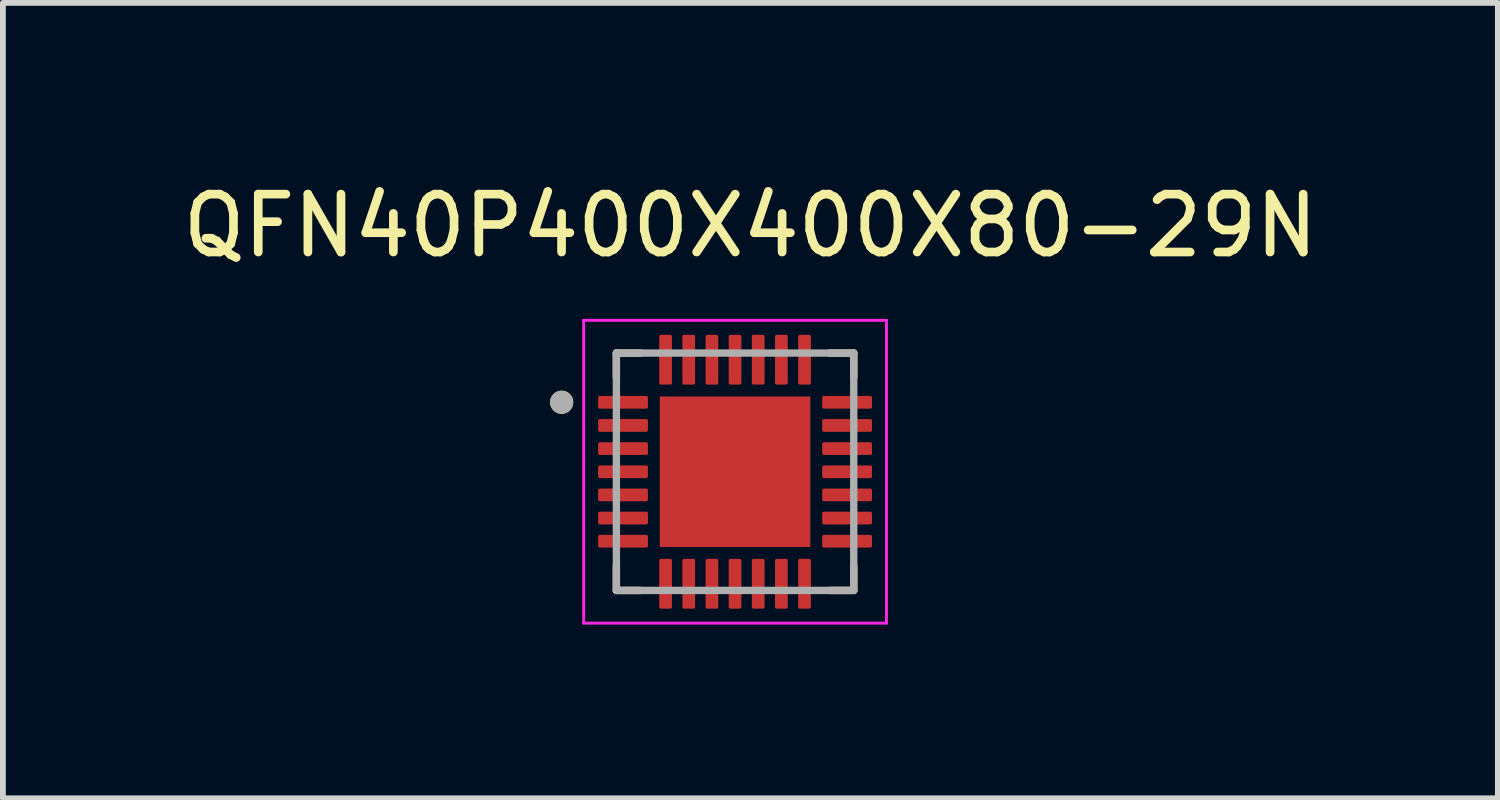
<source format=kicad_pcb>
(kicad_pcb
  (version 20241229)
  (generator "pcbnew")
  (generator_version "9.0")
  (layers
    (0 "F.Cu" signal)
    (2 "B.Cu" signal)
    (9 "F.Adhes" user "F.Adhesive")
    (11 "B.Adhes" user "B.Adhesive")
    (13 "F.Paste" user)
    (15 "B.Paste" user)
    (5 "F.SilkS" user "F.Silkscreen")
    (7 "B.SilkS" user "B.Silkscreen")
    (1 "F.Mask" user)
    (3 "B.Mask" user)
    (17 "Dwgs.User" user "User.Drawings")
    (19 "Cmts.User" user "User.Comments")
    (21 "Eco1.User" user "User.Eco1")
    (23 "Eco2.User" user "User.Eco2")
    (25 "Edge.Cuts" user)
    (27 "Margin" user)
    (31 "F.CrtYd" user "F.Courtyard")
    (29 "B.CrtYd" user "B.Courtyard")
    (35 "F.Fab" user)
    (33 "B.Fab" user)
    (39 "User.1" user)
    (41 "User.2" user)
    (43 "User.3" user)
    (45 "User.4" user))
  (footprint "QFN40P400X400X80-29N"
    (layer "F.Cu")
    (at 9.646 5.098)
    (property "Reference" "QFN40P400X400X80-29N" (at 0.265 -4.25 0) (layer "F.SilkS") (effects (font (size 1 1) (thickness 0.15))))
    (attr smd)
    (fp_line (start -2.05 -2.05) (end -2.05 -1.63) (stroke (width 0.127) (type solid)) (layer "F.SilkS"))
    (fp_line (start -2.05 -2.05) (end -1.63 -2.05) (stroke (width 0.127) (type solid)) (layer "F.SilkS"))
    (fp_line (start -2.05 2.05) (end -2.05 1.63) (stroke (width 0.127) (type solid)) (layer "F.SilkS"))
    (fp_line (start -2.05 2.05) (end -1.63 2.05) (stroke (width 0.127) (type solid)) (layer "F.SilkS"))
    (fp_line (start 2.05 -2.05) (end 1.63 -2.05) (stroke (width 0.127) (type solid)) (layer "F.SilkS"))
    (fp_line (start 2.05 -2.05) (end 2.05 -1.63) (stroke (width 0.127) (type solid)) (layer "F.SilkS"))
    (fp_line (start 2.05 2.05) (end 1.63 2.05) (stroke (width 0.127) (type solid)) (layer "F.SilkS"))
    (fp_line (start 2.05 2.05) (end 2.05 1.63) (stroke (width 0.127) (type solid)) (layer "F.SilkS"))
    (fp_circle (center -2.995 -1.2) (end -2.895 -1.2) (stroke (width 0.2) (type solid)) (fill no) (layer "F.SilkS"))
    (fp_poly (pts (xy -0.82 -0.82) (xy 0.82 -0.82) (xy 0.82 0.82) (xy -0.82 0.82)) (stroke (width 0.01) (type solid)) (fill yes) (layer "F.Paste"))
    (fp_line (start -2.615 -2.615) (end 2.615 -2.615) (stroke (width 0.05) (type solid)) (layer "F.CrtYd"))
    (fp_line (start -2.615 2.615) (end -2.615 -2.615) (stroke (width 0.05) (type solid)) (layer "F.CrtYd"))
    (fp_line (start -2.615 2.615) (end 2.615 2.615) (stroke (width 0.05) (type solid)) (layer "F.CrtYd"))
    (fp_line (start 2.615 2.615) (end 2.615 -2.615) (stroke (width 0.05) (type solid)) (layer "F.CrtYd"))
    (fp_line (start -2.05 2.05) (end -2.05 -2.05) (stroke (width 0.127) (type solid)) (layer "F.Fab"))
    (fp_line (start 2.05 -2.05) (end -2.05 -2.05) (stroke (width 0.127) (type solid)) (layer "F.Fab"))
    (fp_line (start 2.05 2.05) (end -2.05 2.05) (stroke (width 0.127) (type solid)) (layer "F.Fab"))
    (fp_line (start 2.05 2.05) (end 2.05 -2.05) (stroke (width 0.127) (type solid)) (layer "F.Fab"))
    (fp_circle (center -2.995 -1.2) (end -2.895 -1.2) (stroke (width 0.2) (type solid)) (fill no) (layer "F.Fab"))
    (pad "1" smd roundrect (at -1.935 -1.2) (size 0.86 0.22) (layers "F.Cu" "F.Mask" "F.Paste") (roundrect_rratio 0.125))
    (pad "2" smd roundrect (at -1.935 -0.8) (size 0.86 0.22) (layers "F.Cu" "F.Mask" "F.Paste") (roundrect_rratio 0.125))
    (pad "3" smd roundrect (at -1.935 -0.4) (size 0.86 0.22) (layers "F.Cu" "F.Mask" "F.Paste") (roundrect_rratio 0.125))
    (pad "4" smd roundrect (at -1.935 0) (size 0.86 0.22) (layers "F.Cu" "F.Mask" "F.Paste") (roundrect_rratio 0.125))
    (pad "5" smd roundrect (at -1.935 0.4) (size 0.86 0.22) (layers "F.Cu" "F.Mask" "F.Paste") (roundrect_rratio 0.125))
    (pad "6" smd roundrect (at -1.935 0.8) (size 0.86 0.22) (layers "F.Cu" "F.Mask" "F.Paste") (roundrect_rratio 0.125))
    (pad "7" smd roundrect (at -1.935 1.2) (size 0.86 0.22) (layers "F.Cu" "F.Mask" "F.Paste") (roundrect_rratio 0.125))
    (pad "8" smd roundrect (at -1.2 1.935) (size 0.22 0.86) (layers "F.Cu" "F.Mask" "F.Paste") (roundrect_rratio 0.125))
    (pad "9" smd roundrect (at -0.8 1.935) (size 0.22 0.86) (layers "F.Cu" "F.Mask" "F.Paste") (roundrect_rratio 0.125))
    (pad "10" smd roundrect (at -0.4 1.935) (size 0.22 0.86) (layers "F.Cu" "F.Mask" "F.Paste") (roundrect_rratio 0.125))
    (pad "11" smd roundrect (at 0 1.935) (size 0.22 0.86) (layers "F.Cu" "F.Mask" "F.Paste") (roundrect_rratio 0.125))
    (pad "12" smd roundrect (at 0.4 1.935) (size 0.22 0.86) (layers "F.Cu" "F.Mask" "F.Paste") (roundrect_rratio 0.125))
    (pad "13" smd roundrect (at 0.8 1.935) (size 0.22 0.86) (layers "F.Cu" "F.Mask" "F.Paste") (roundrect_rratio 0.125))
    (pad "14" smd roundrect (at 1.2 1.935) (size 0.22 0.86) (layers "F.Cu" "F.Mask" "F.Paste") (roundrect_rratio 0.125))
    (pad "15" smd roundrect (at 1.935 1.2) (size 0.86 0.22) (layers "F.Cu" "F.Mask" "F.Paste") (roundrect_rratio 0.125))
    (pad "16" smd roundrect (at 1.935 0.8) (size 0.86 0.22) (layers "F.Cu" "F.Mask" "F.Paste") (roundrect_rratio 0.125))
    (pad "17" smd roundrect (at 1.935 0.4) (size 0.86 0.22) (layers "F.Cu" "F.Mask" "F.Paste") (roundrect_rratio 0.125))
    (pad "18" smd roundrect (at 1.935 0) (size 0.86 0.22) (layers "F.Cu" "F.Mask" "F.Paste") (roundrect_rratio 0.125))
    (pad "19" smd roundrect (at 1.935 -0.4) (size 0.86 0.22) (layers "F.Cu" "F.Mask" "F.Paste") (roundrect_rratio 0.125))
    (pad "20" smd roundrect (at 1.935 -0.8) (size 0.86 0.22) (layers "F.Cu" "F.Mask" "F.Paste") (roundrect_rratio 0.125))
    (pad "21" smd roundrect (at 1.935 -1.2) (size 0.86 0.22) (layers "F.Cu" "F.Mask" "F.Paste") (roundrect_rratio 0.125))
    (pad "22" smd roundrect (at 1.2 -1.935) (size 0.22 0.86) (layers "F.Cu" "F.Mask" "F.Paste") (roundrect_rratio 0.125))
    (pad "23" smd roundrect (at 0.8 -1.935) (size 0.22 0.86) (layers "F.Cu" "F.Mask" "F.Paste") (roundrect_rratio 0.125))
    (pad "24" smd roundrect (at 0.4 -1.935) (size 0.22 0.86) (layers "F.Cu" "F.Mask" "F.Paste") (roundrect_rratio 0.125))
    (pad "25" smd roundrect (at 0 -1.935) (size 0.22 0.86) (layers "F.Cu" "F.Mask" "F.Paste") (roundrect_rratio 0.125))
    (pad "26" smd roundrect (at -0.4 -1.935) (size 0.22 0.86) (layers "F.Cu" "F.Mask" "F.Paste") (roundrect_rratio 0.125))
    (pad "27" smd roundrect (at -0.8 -1.935) (size 0.22 0.86) (layers "F.Cu" "F.Mask" "F.Paste") (roundrect_rratio 0.125))
    (pad "28" smd roundrect (at -1.2 -1.935) (size 0.22 0.86) (layers "F.Cu" "F.Mask" "F.Paste") (roundrect_rratio 0.125))
    (pad "29" smd rect (at 0 0) (size 2.6 2.6) (layers "F.Cu" "F.Mask")))
  (gr_rect
    (start -3 -3)
    (end 22.821 10.738)
    (stroke (width 0.1) (type default))
    (fill no)
    (layer "Edge.Cuts")))
</source>
